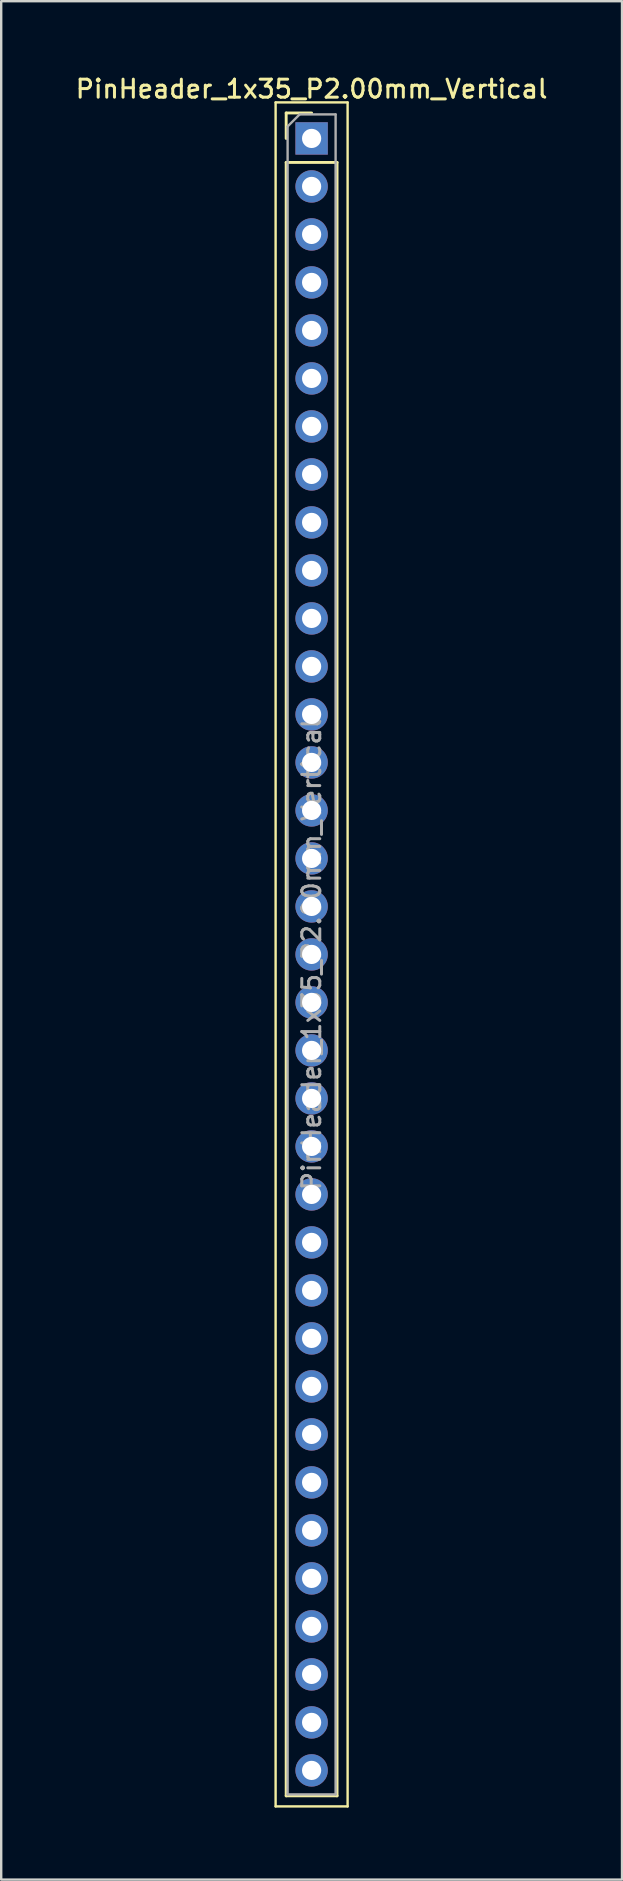
<source format=kicad_pcb>
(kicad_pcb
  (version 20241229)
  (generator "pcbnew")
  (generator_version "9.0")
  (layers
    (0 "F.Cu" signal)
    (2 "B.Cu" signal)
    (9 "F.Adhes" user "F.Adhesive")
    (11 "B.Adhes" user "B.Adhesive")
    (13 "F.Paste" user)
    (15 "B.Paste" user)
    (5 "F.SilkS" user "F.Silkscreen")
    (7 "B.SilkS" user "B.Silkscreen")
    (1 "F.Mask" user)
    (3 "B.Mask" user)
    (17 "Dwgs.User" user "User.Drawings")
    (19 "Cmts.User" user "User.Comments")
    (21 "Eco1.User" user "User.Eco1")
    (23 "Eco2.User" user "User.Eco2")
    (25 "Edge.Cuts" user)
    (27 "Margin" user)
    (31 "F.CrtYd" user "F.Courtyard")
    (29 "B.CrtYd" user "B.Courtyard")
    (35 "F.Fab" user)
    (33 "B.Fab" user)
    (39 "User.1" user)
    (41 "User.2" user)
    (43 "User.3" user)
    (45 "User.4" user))
  (footprint "PinHeader_1x35_P2.00mm_Vertical"
    (layer "F.Cu")
    (at 9.934 2.718)
    (property "Reference" "PinHeader_1x35_P2.00mm_Vertical" (at 0 -2.06 0) (layer "F.SilkS") (effects (font (size 0.75 0.75) (thickness 0.125))))
    (attr through_hole)
    (fp_line (start -1.5 -1.5) (end -1.5 69.5) (stroke (width 0.1) (type solid)) (layer "F.SilkS"))
    (fp_line (start -1.5 69.5) (end 1.5 69.5) (stroke (width 0.1) (type solid)) (layer "F.SilkS"))
    (fp_line (start -1.06 -1.06) (end 0 -1.06) (stroke (width 0.12) (type solid)) (layer "F.SilkS"))
    (fp_line (start -1.06 0) (end -1.06 -1.06) (stroke (width 0.12) (type solid)) (layer "F.SilkS"))
    (fp_line (start -1.06 1) (end -1.06 69.06) (stroke (width 0.12) (type solid)) (layer "F.SilkS"))
    (fp_line (start -1.06 1) (end 1.06 1) (stroke (width 0.12) (type solid)) (layer "F.SilkS"))
    (fp_line (start -1.06 69.06) (end 1.06 69.06) (stroke (width 0.12) (type solid)) (layer "F.SilkS"))
    (fp_line (start 1.06 1) (end 1.06 69.06) (stroke (width 0.12) (type solid)) (layer "F.SilkS"))
    (fp_line (start 1.5 -1.5) (end -1.5 -1.5) (stroke (width 0.1) (type solid)) (layer "F.SilkS"))
    (fp_line (start 1.5 69.5) (end 1.5 -1.5) (stroke (width 0.1) (type solid)) (layer "F.SilkS"))
    (fp_line (start -1 -0.5) (end -0.5 -1) (stroke (width 0.1) (type solid)) (layer "F.Fab"))
    (fp_line (start -1 69) (end -1 -0.5) (stroke (width 0.1) (type solid)) (layer "F.Fab"))
    (fp_line (start -0.5 -1) (end 1 -1) (stroke (width 0.1) (type solid)) (layer "F.Fab"))
    (fp_line (start 1 -1) (end 1 69) (stroke (width 0.1) (type solid)) (layer "F.Fab"))
    (fp_line (start 1 69) (end -1 69) (stroke (width 0.1) (type solid)) (layer "F.Fab"))
    (fp_text user "${REFERENCE}" (at 0 34 90) (layer "F.Fab") (effects (font (size 0.75 0.75) (thickness 0.125))))
    (pad "1" thru_hole rect (at 0 0) (size 1.35 1.35) (drill 0.8) (layers "*.Cu" "*.Mask"))
    (pad "2" thru_hole oval (at 0 2) (size 1.35 1.35) (drill 0.8) (layers "*.Cu" "*.Mask"))
    (pad "3" thru_hole oval (at 0 4) (size 1.35 1.35) (drill 0.8) (layers "*.Cu" "*.Mask"))
    (pad "4" thru_hole oval (at 0 6) (size 1.35 1.35) (drill 0.8) (layers "*.Cu" "*.Mask"))
    (pad "5" thru_hole oval (at 0 8) (size 1.35 1.35) (drill 0.8) (layers "*.Cu" "*.Mask"))
    (pad "6" thru_hole oval (at 0 10) (size 1.35 1.35) (drill 0.8) (layers "*.Cu" "*.Mask"))
    (pad "7" thru_hole oval (at 0 12) (size 1.35 1.35) (drill 0.8) (layers "*.Cu" "*.Mask"))
    (pad "8" thru_hole oval (at 0 14) (size 1.35 1.35) (drill 0.8) (layers "*.Cu" "*.Mask"))
    (pad "9" thru_hole oval (at 0 16) (size 1.35 1.35) (drill 0.8) (layers "*.Cu" "*.Mask"))
    (pad "10" thru_hole oval (at 0 18) (size 1.35 1.35) (drill 0.8) (layers "*.Cu" "*.Mask"))
    (pad "11" thru_hole oval (at 0 20) (size 1.35 1.35) (drill 0.8) (layers "*.Cu" "*.Mask"))
    (pad "12" thru_hole oval (at 0 22) (size 1.35 1.35) (drill 0.8) (layers "*.Cu" "*.Mask"))
    (pad "13" thru_hole oval (at 0 24) (size 1.35 1.35) (drill 0.8) (layers "*.Cu" "*.Mask"))
    (pad "14" thru_hole oval (at 0 26) (size 1.35 1.35) (drill 0.8) (layers "*.Cu" "*.Mask"))
    (pad "15" thru_hole oval (at 0 28) (size 1.35 1.35) (drill 0.8) (layers "*.Cu" "*.Mask"))
    (pad "16" thru_hole oval (at 0 30) (size 1.35 1.35) (drill 0.8) (layers "*.Cu" "*.Mask"))
    (pad "17" thru_hole oval (at 0 32) (size 1.35 1.35) (drill 0.8) (layers "*.Cu" "*.Mask"))
    (pad "18" thru_hole oval (at 0 34) (size 1.35 1.35) (drill 0.8) (layers "*.Cu" "*.Mask"))
    (pad "19" thru_hole oval (at 0 36) (size 1.35 1.35) (drill 0.8) (layers "*.Cu" "*.Mask"))
    (pad "20" thru_hole oval (at 0 38) (size 1.35 1.35) (drill 0.8) (layers "*.Cu" "*.Mask"))
    (pad "21" thru_hole oval (at 0 40) (size 1.35 1.35) (drill 0.8) (layers "*.Cu" "*.Mask"))
    (pad "22" thru_hole oval (at 0 42) (size 1.35 1.35) (drill 0.8) (layers "*.Cu" "*.Mask"))
    (pad "23" thru_hole oval (at 0 44) (size 1.35 1.35) (drill 0.8) (layers "*.Cu" "*.Mask"))
    (pad "24" thru_hole oval (at 0 46) (size 1.35 1.35) (drill 0.8) (layers "*.Cu" "*.Mask"))
    (pad "25" thru_hole oval (at 0 48) (size 1.35 1.35) (drill 0.8) (layers "*.Cu" "*.Mask"))
    (pad "26" thru_hole oval (at 0 50) (size 1.35 1.35) (drill 0.8) (layers "*.Cu" "*.Mask"))
    (pad "27" thru_hole oval (at 0 52) (size 1.35 1.35) (drill 0.8) (layers "*.Cu" "*.Mask"))
    (pad "28" thru_hole oval (at 0 54) (size 1.35 1.35) (drill 0.8) (layers "*.Cu" "*.Mask"))
    (pad "29" thru_hole oval (at 0 56) (size 1.35 1.35) (drill 0.8) (layers "*.Cu" "*.Mask"))
    (pad "30" thru_hole oval (at 0 58) (size 1.35 1.35) (drill 0.8) (layers "*.Cu" "*.Mask"))
    (pad "31" thru_hole oval (at 0 60) (size 1.35 1.35) (drill 0.8) (layers "*.Cu" "*.Mask"))
    (pad "32" thru_hole oval (at 0 62) (size 1.35 1.35) (drill 0.8) (layers "*.Cu" "*.Mask"))
    (pad "33" thru_hole oval (at 0 64) (size 1.35 1.35) (drill 0.8) (layers "*.Cu" "*.Mask"))
    (pad "34" thru_hole oval (at 0 66) (size 1.35 1.35) (drill 0.8) (layers "*.Cu" "*.Mask"))
    (pad "35" thru_hole oval (at 0 68) (size 1.35 1.35) (drill 0.8) (layers "*.Cu" "*.Mask")))
  (gr_rect
    (start -3 -3)
    (end 22.868 75.268)
    (stroke (width 0.1) (type default))
    (fill no)
    (layer "Edge.Cuts")))
</source>
